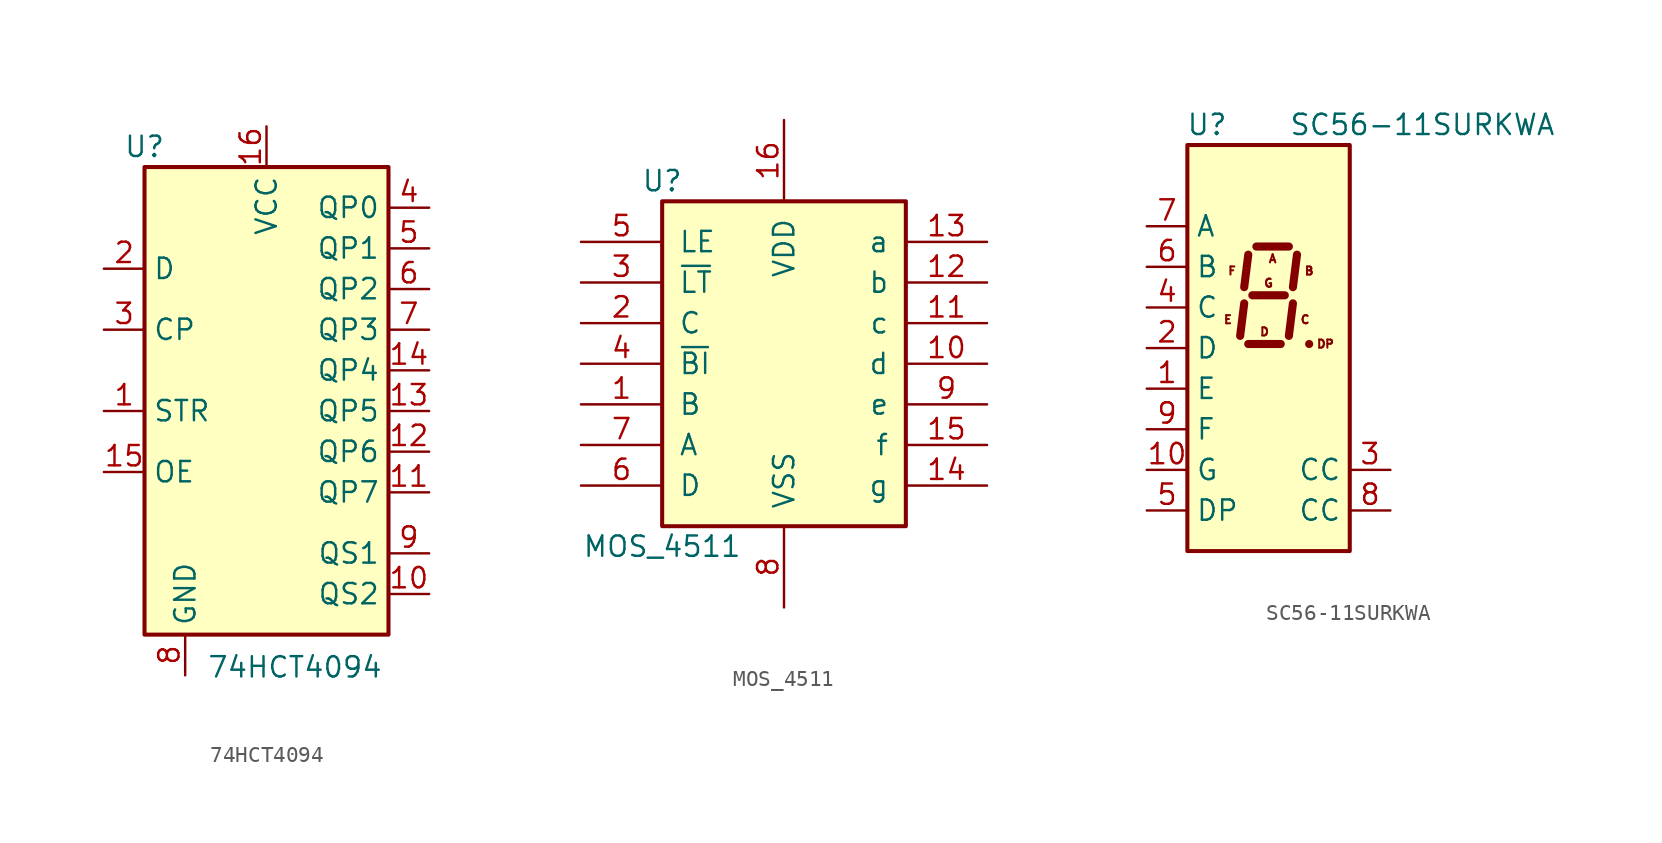
<source format=kicad_sym>
(kicad_symbol_lib
  (version 20241209)
  (generator "kicad_symbol_editor")
  (generator_version "9.0")
  (symbol "74HCT4094"
    (property "Reference" "U"
      (at -7.62 13.97 0)
      (effects (font (size 1.27 1.27))))
    (property "Value" "74HCT4094"
      (at 1.778 -18.542 0)
      (effects (font (size 1.27 1.27))))
    (symbol "74HCT4094_1_0"
      (pin input line (at -10.16 6.35 0) (length 2.54) (name "D" (effects (font (size 1.27 1.27)))) (number "2" (effects (font (size 1.27 1.27)))))
      (pin input line (at -10.16 2.54 0) (length 2.54) (name "CP" (effects (font (size 1.27 1.27)))) (number "3" (effects (font (size 1.27 1.27)))))
      (pin input line (at -10.16 -2.54 0) (length 2.54) (name "STR" (effects (font (size 1.27 1.27)))) (number "1" (effects (font (size 1.27 1.27)))))
      (pin input line (at -10.16 -6.35 0) (length 2.54) (name "OE" (effects (font (size 1.27 1.27)))) (number "15" (effects (font (size 1.27 1.27)))))
      (pin power_in line (at -5.08 -19.05 90) (length 2.54) (name "GND" (effects (font (size 1.27 1.27)))) (number "8" (effects (font (size 1.27 1.27)))))
      (pin power_in line (at 0 15.24 270) (length 2.54) (name "VCC" (effects (font (size 1.27 1.27)))) (number "16" (effects (font (size 1.27 1.27)))))
      (pin tri_state line (at 10.16 10.16 180) (length 2.54) (name "QP0" (effects (font (size 1.27 1.27)))) (number "4" (effects (font (size 1.27 1.27)))))
      (pin tri_state line (at 10.16 7.62 180) (length 2.54) (name "QP1" (effects (font (size 1.27 1.27)))) (number "5" (effects (font (size 1.27 1.27)))))
      (pin tri_state line (at 10.16 5.08 180) (length 2.54) (name "QP2" (effects (font (size 1.27 1.27)))) (number "6" (effects (font (size 1.27 1.27)))))
      (pin tri_state line (at 10.16 2.54 180) (length 2.54) (name "QP3" (effects (font (size 1.27 1.27)))) (number "7" (effects (font (size 1.27 1.27)))))
      (pin tri_state line (at 10.16 0 180) (length 2.54) (name "QP4" (effects (font (size 1.27 1.27)))) (number "14" (effects (font (size 1.27 1.27)))))
      (pin tri_state line (at 10.16 -2.54 180) (length 2.54) (name "QP5" (effects (font (size 1.27 1.27)))) (number "13" (effects (font (size 1.27 1.27)))))
      (pin tri_state line (at 10.16 -5.08 180) (length 2.54) (name "QP6" (effects (font (size 1.27 1.27)))) (number "12" (effects (font (size 1.27 1.27)))))
      (pin tri_state line (at 10.16 -7.62 180) (length 2.54) (name "QP7" (effects (font (size 1.27 1.27)))) (number "11" (effects (font (size 1.27 1.27)))))
      (pin output line (at 10.16 -11.43 180) (length 2.54) (name "QS1" (effects (font (size 1.27 1.27)))) (number "9" (effects (font (size 1.27 1.27)))))
      (pin output line (at 10.16 -13.97 180) (length 2.54) (name "QS2" (effects (font (size 1.27 1.27)))) (number "10" (effects (font (size 1.27 1.27))))))
    (symbol "74HCT4094_1_1"
      (rectangle (start -7.62 12.7) (end 7.62 -16.51) (stroke (width 0.254) (type default)) (fill (type background)))))
  (symbol "MOS_4511"
    (pin_names
      (offset 1.016))
    (property "Reference" "U"
      (at -7.62 11.43 0)
      (effects (font (size 1.27 1.27))))
    (property "Value" "MOS_4511"
      (at -7.62 -11.43 0)
      (effects (font (size 1.27 1.27))))
    (property "ki_locked" ""
      (at 0 0 0)
      (effects (font (size 1.27 1.27))))
    (symbol "MOS_4511_1_0"
      (pin input line (at -12.7 7.62 0) (length 5.08) (name "LE" (effects (font (size 1.27 1.27)))) (number "5" (effects (font (size 1.27 1.27)))))
      (pin input line (at -12.7 5.08 0) (length 5.08) (name "~{LT}" (effects (font (size 1.27 1.27)))) (number "3" (effects (font (size 1.27 1.27)))))
      (pin input line (at -12.7 2.54 0) (length 5.08) (name "C" (effects (font (size 1.27 1.27)))) (number "2" (effects (font (size 1.27 1.27)))))
      (pin input line (at -12.7 0 0) (length 5.08) (name "~{BI}" (effects (font (size 1.27 1.27)))) (number "4" (effects (font (size 1.27 1.27)))))
      (pin input line (at -12.7 -2.54 0) (length 5.08) (name "B" (effects (font (size 1.27 1.27)))) (number "1" (effects (font (size 1.27 1.27)))))
      (pin input line (at -12.7 -5.08 0) (length 5.08) (name "A" (effects (font (size 1.27 1.27)))) (number "7" (effects (font (size 1.27 1.27)))))
      (pin input line (at -12.7 -7.62 0) (length 5.08) (name "D" (effects (font (size 1.27 1.27)))) (number "6" (effects (font (size 1.27 1.27)))))
      (pin power_in line (at 0 15.24 270) (length 5.08) (name "VDD" (effects (font (size 1.27 1.27)))) (number "16" (effects (font (size 1.27 1.27)))))
      (pin power_in line (at 0 -15.24 90) (length 5.08) (name "VSS" (effects (font (size 1.27 1.27)))) (number "8" (effects (font (size 1.27 1.27)))))
      (pin output line (at 12.7 7.62 180) (length 5.08) (name "a" (effects (font (size 1.27 1.27)))) (number "13" (effects (font (size 1.27 1.27)))))
      (pin output line (at 12.7 5.08 180) (length 5.08) (name "b" (effects (font (size 1.27 1.27)))) (number "12" (effects (font (size 1.27 1.27)))))
      (pin output line (at 12.7 2.54 180) (length 5.08) (name "c" (effects (font (size 1.27 1.27)))) (number "11" (effects (font (size 1.27 1.27)))))
      (pin output line (at 12.7 0 180) (length 5.08) (name "d" (effects (font (size 1.27 1.27)))) (number "10" (effects (font (size 1.27 1.27)))))
      (pin output line (at 12.7 -2.54 180) (length 5.08) (name "e" (effects (font (size 1.27 1.27)))) (number "9" (effects (font (size 1.27 1.27)))))
      (pin output line (at 12.7 -5.08 180) (length 5.08) (name "f" (effects (font (size 1.27 1.27)))) (number "15" (effects (font (size 1.27 1.27)))))
      (pin output line (at 12.7 -7.62 180) (length 5.08) (name "g" (effects (font (size 1.27 1.27)))) (number "14" (effects (font (size 1.27 1.27))))))
    (symbol "MOS_4511_1_1"
      (rectangle (start -7.62 10.16) (end 7.62 -10.16) (stroke (width 0.254) (type default)) (fill (type background)))))
  (symbol "SC56-11SURKWA"
    (property "Reference" "U"
      (at -2.54 13.97 0)
      (effects (font (size 1.27 1.27)) (justify right)))
    (property "Value" "SC56-11SURKWA"
      (at 1.27 13.97 0)
      (effects (font (size 1.27 1.27)) (justify left)))
    (symbol "SC56-11SURKWA_0_0"
      (text "E" (at -2.54 1.778 0) (effects (font (size 0.508 0.508))))
      (text "F" (at -2.286 4.826 0) (effects (font (size 0.508 0.508))))
      (text "D" (at -0.254 1.016 0) (effects (font (size 0.508 0.508))))
      (text "G" (at 0 4.064 0) (effects (font (size 0.508 0.508))))
      (text "A" (at 0.254 5.588 0) (effects (font (size 0.508 0.508))))
      (text "C" (at 2.286 1.778 0) (effects (font (size 0.508 0.508))))
      (text "B" (at 2.54 4.826 0) (effects (font (size 0.508 0.508))))
      (text "DP" (at 3.556 0.254 0) (effects (font (size 0.508 0.508)))))
    (symbol "SC56-11SURKWA_0_1"
      (rectangle (start -5.08 12.7) (end 5.08 -12.7) (stroke (width 0.254) (type default)) (fill (type background)))
      (polyline (pts (xy -1.524 2.794) (xy -1.778 0.762)) (stroke (width 0.508) (type default)) (fill (type none)))
      (polyline (pts (xy -1.27 5.842) (xy -1.524 3.81)) (stroke (width 0.508) (type default)) (fill (type none)))
      (polyline (pts (xy -1.27 0.254) (xy 0.762 0.254)) (stroke (width 0.508) (type default)) (fill (type none)))
      (polyline (pts (xy -1.016 3.302) (xy 1.016 3.302)) (stroke (width 0.508) (type default)) (fill (type none)))
      (polyline (pts (xy -0.762 6.35) (xy 1.27 6.35)) (stroke (width 0.508) (type default)) (fill (type none)))
      (polyline (pts (xy 1.524 2.794) (xy 1.27 0.762)) (stroke (width 0.508) (type default)) (fill (type none)))
      (polyline (pts (xy 1.778 5.842) (xy 1.524 3.81)) (stroke (width 0.508) (type default)) (fill (type none)))
      (polyline (pts (xy 2.54 0.254) (xy 2.54 0.254)) (stroke (width 0.508) (type default)) (fill (type none))))
    (symbol "SC56-11SURKWA_1_1"
      (pin input line (at -7.62 7.62 0) (length 2.54) (name "A" (effects (font (size 1.27 1.27)))) (number "7" (effects (font (size 1.27 1.27)))))
      (pin input line (at -7.62 5.08 0) (length 2.54) (name "B" (effects (font (size 1.27 1.27)))) (number "6" (effects (font (size 1.27 1.27)))))
      (pin input line (at -7.62 2.54 0) (length 2.54) (name "C" (effects (font (size 1.27 1.27)))) (number "4" (effects (font (size 1.27 1.27)))))
      (pin input line (at -7.62 0 0) (length 2.54) (name "D" (effects (font (size 1.27 1.27)))) (number "2" (effects (font (size 1.27 1.27)))))
      (pin input line (at -7.62 -2.54 0) (length 2.54) (name "E" (effects (font (size 1.27 1.27)))) (number "1" (effects (font (size 1.27 1.27)))))
      (pin input line (at -7.62 -5.08 0) (length 2.54) (name "F" (effects (font (size 1.27 1.27)))) (number "9" (effects (font (size 1.27 1.27)))))
      (pin input line (at -7.62 -7.62 0) (length 2.54) (name "G" (effects (font (size 1.27 1.27)))) (number "10" (effects (font (size 1.27 1.27)))))
      (pin input line (at -7.62 -10.16 0) (length 2.54) (name "DP" (effects (font (size 1.27 1.27)))) (number "5" (effects (font (size 1.27 1.27)))))
      (pin input line (at 7.62 -7.62 180) (length 2.54) (name "CC" (effects (font (size 1.27 1.27)))) (number "3" (effects (font (size 1.27 1.27)))))
      (pin input line (at 7.62 -10.16 180) (length 2.54) (name "CC" (effects (font (size 1.27 1.27)))) (number "8" (effects (font (size 1.27 1.27))))))))
</source>
